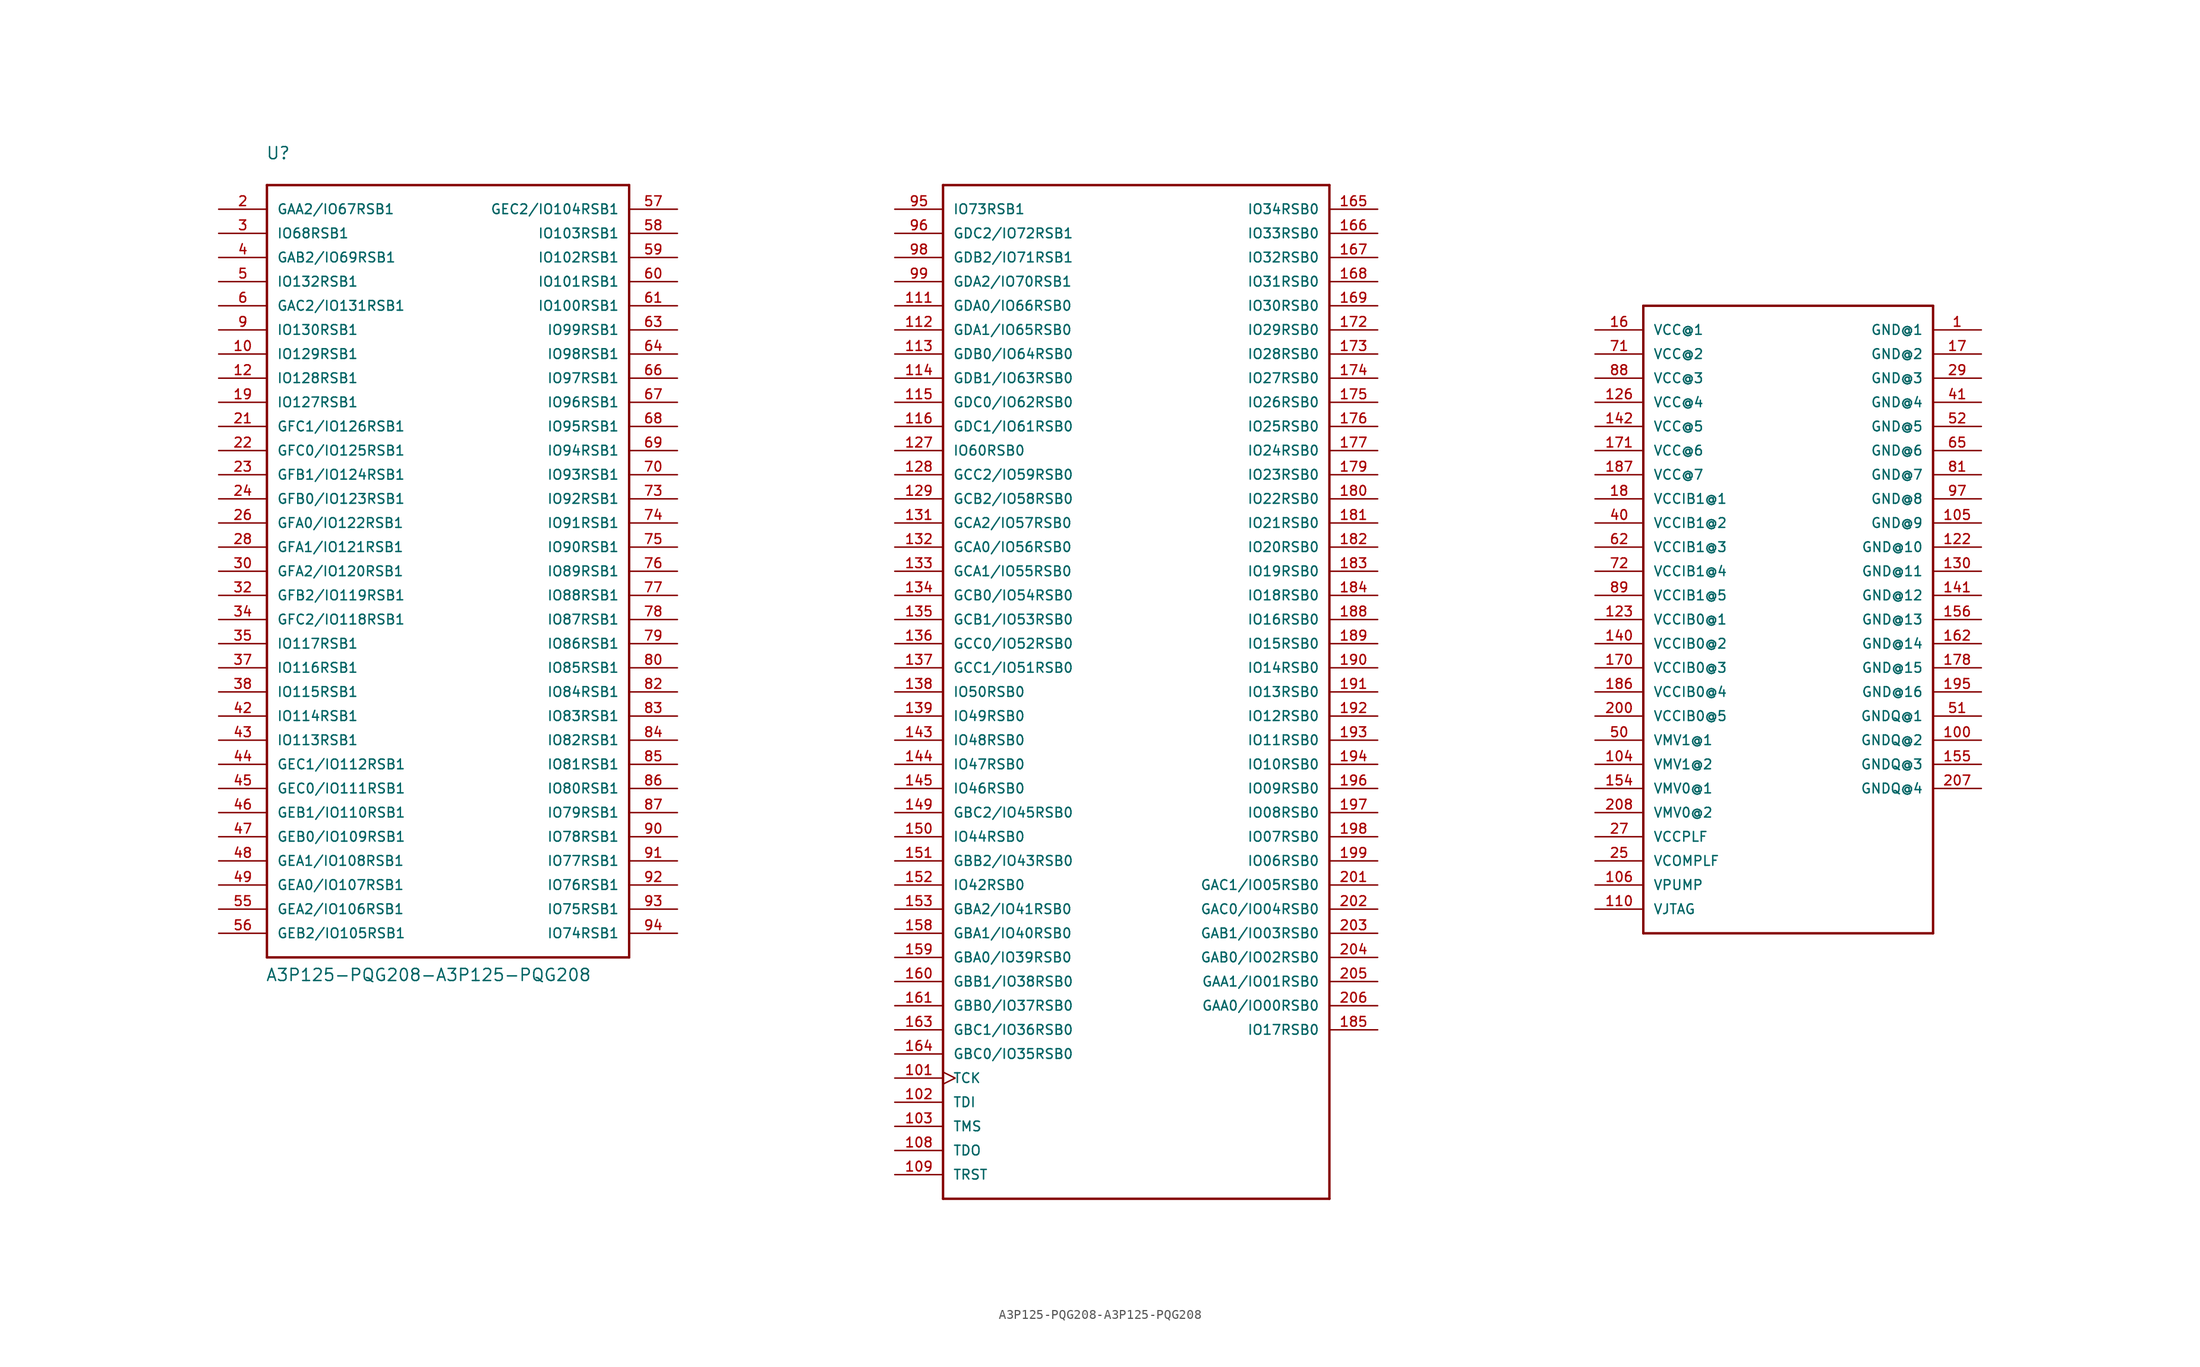
<source format=kicad_sym>
(kicad_symbol_lib
  (version 20220914)
  (generator kicad_symbol_editor)
  (symbol "A3P125-PQG208-A3P125-PQG208"
    (pin_names
      (offset 1.016))
    (property "Reference" "U"
      (at -91.567 53.416 0)
      (effects (font (size 1.27 1.27)) (justify left bottom)))
    (property "Value" "A3P125-PQG208-A3P125-PQG208"
      (at -91.592 -33.071 0)
      (effects (font (size 1.27 1.27)) (justify left bottom)))
    (property "ki_locked" ""
      (at 0 0 0)
      (effects (font (size 1.27 1.27))))
    (symbol "A3P125-PQG208-A3P125-PQG208_0_0"
      (polyline (pts (xy -91.44 -30.48) (xy -91.44 50.8)) (stroke (width 0.254) (type solid)) (fill (type none)))
      (polyline (pts (xy -91.44 50.8) (xy -53.34 50.8)) (stroke (width 0.254) (type solid)) (fill (type none)))
      (polyline (pts (xy -53.34 -30.48) (xy -91.44 -30.48)) (stroke (width 0.254) (type solid)) (fill (type none)))
      (polyline (pts (xy -53.34 50.8) (xy -53.34 -30.48)) (stroke (width 0.254) (type solid)) (fill (type none)))
      (polyline (pts (xy -20.32 -55.88) (xy -20.32 50.8)) (stroke (width 0.254) (type solid)) (fill (type none)))
      (polyline (pts (xy -20.32 50.8) (xy 20.32 50.8)) (stroke (width 0.254) (type solid)) (fill (type none)))
      (polyline (pts (xy 20.32 -55.88) (xy -20.32 -55.88)) (stroke (width 0.254) (type solid)) (fill (type none)))
      (polyline (pts (xy 20.32 50.8) (xy 20.32 -55.88)) (stroke (width 0.254) (type solid)) (fill (type none)))
      (polyline (pts (xy 53.34 -27.94) (xy 53.34 38.1)) (stroke (width 0.254) (type solid)) (fill (type none)))
      (polyline (pts (xy 53.34 38.1) (xy 83.82 38.1)) (stroke (width 0.254) (type solid)) (fill (type none)))
      (polyline (pts (xy 83.82 -27.94) (xy 53.34 -27.94)) (stroke (width 0.254) (type solid)) (fill (type none)))
      (polyline (pts (xy 83.82 38.1) (xy 83.82 -27.94)) (stroke (width 0.254) (type solid)) (fill (type none)))
      (pin power_in line (at 88.9 35.56 180) (length 5.08) (name "GND@1" (effects (font (size 1.016 1.016)))) (number "1" (effects (font (size 1.016 1.016)))))
      (pin bidirectional line (at -96.52 33.02 0) (length 5.08) (name "IO129RSB1" (effects (font (size 1.016 1.016)))) (number "10" (effects (font (size 1.016 1.016)))))
      (pin power_in line (at 88.9 -7.62 180) (length 5.08) (name "GNDQ@2" (effects (font (size 1.016 1.016)))) (number "100" (effects (font (size 1.016 1.016)))))
      (pin bidirectional clock (at -25.4 -43.18 0) (length 5.08) (name "TCK" (effects (font (size 1.016 1.016)))) (number "101" (effects (font (size 1.016 1.016)))))
      (pin input line (at -25.4 -45.72 0) (length 5.08) (name "TDI" (effects (font (size 1.016 1.016)))) (number "102" (effects (font (size 1.016 1.016)))))
      (pin bidirectional line (at -25.4 -48.26 0) (length 5.08) (name "TMS" (effects (font (size 1.016 1.016)))) (number "103" (effects (font (size 1.016 1.016)))))
      (pin power_in line (at 48.26 -10.16 0) (length 5.08) (name "VMV1@2" (effects (font (size 1.016 1.016)))) (number "104" (effects (font (size 1.016 1.016)))))
      (pin power_in line (at 88.9 15.24 180) (length 5.08) (name "GND@9" (effects (font (size 1.016 1.016)))) (number "105" (effects (font (size 1.016 1.016)))))
      (pin power_in line (at 48.26 -22.86 0) (length 5.08) (name "VPUMP" (effects (font (size 1.016 1.016)))) (number "106" (effects (font (size 1.016 1.016)))))
      (pin output line (at -25.4 -50.8 0) (length 5.08) (name "TDO" (effects (font (size 1.016 1.016)))) (number "108" (effects (font (size 1.016 1.016)))))
      (pin input line (at -25.4 -53.34 0) (length 5.08) (name "TRST" (effects (font (size 1.016 1.016)))) (number "109" (effects (font (size 1.016 1.016)))))
      (pin power_in line (at 48.26 -25.4 0) (length 5.08) (name "VJTAG" (effects (font (size 1.016 1.016)))) (number "110" (effects (font (size 1.016 1.016)))))
      (pin bidirectional line (at -25.4 38.1 0) (length 5.08) (name "GDA0/IO66RSB0" (effects (font (size 1.016 1.016)))) (number "111" (effects (font (size 1.016 1.016)))))
      (pin bidirectional line (at -25.4 35.56 0) (length 5.08) (name "GDA1/IO65RSB0" (effects (font (size 1.016 1.016)))) (number "112" (effects (font (size 1.016 1.016)))))
      (pin bidirectional line (at -25.4 33.02 0) (length 5.08) (name "GDB0/IO64RSB0" (effects (font (size 1.016 1.016)))) (number "113" (effects (font (size 1.016 1.016)))))
      (pin bidirectional line (at -25.4 30.48 0) (length 5.08) (name "GDB1/IO63RSB0" (effects (font (size 1.016 1.016)))) (number "114" (effects (font (size 1.016 1.016)))))
      (pin bidirectional line (at -25.4 27.94 0) (length 5.08) (name "GDC0/IO62RSB0" (effects (font (size 1.016 1.016)))) (number "115" (effects (font (size 1.016 1.016)))))
      (pin bidirectional line (at -25.4 25.4 0) (length 5.08) (name "GDC1/IO61RSB0" (effects (font (size 1.016 1.016)))) (number "116" (effects (font (size 1.016 1.016)))))
      (pin bidirectional line (at -96.52 30.48 0) (length 5.08) (name "IO128RSB1" (effects (font (size 1.016 1.016)))) (number "12" (effects (font (size 1.016 1.016)))))
      (pin power_in line (at 88.9 12.7 180) (length 5.08) (name "GND@10" (effects (font (size 1.016 1.016)))) (number "122" (effects (font (size 1.016 1.016)))))
      (pin power_in line (at 48.26 5.08 0) (length 5.08) (name "VCCIB0@1" (effects (font (size 1.016 1.016)))) (number "123" (effects (font (size 1.016 1.016)))))
      (pin power_in line (at 48.26 27.94 0) (length 5.08) (name "VCC@4" (effects (font (size 1.016 1.016)))) (number "126" (effects (font (size 1.016 1.016)))))
      (pin bidirectional line (at -25.4 22.86 0) (length 5.08) (name "IO60RSB0" (effects (font (size 1.016 1.016)))) (number "127" (effects (font (size 1.016 1.016)))))
      (pin bidirectional line (at -25.4 20.32 0) (length 5.08) (name "GCC2/IO59RSB0" (effects (font (size 1.016 1.016)))) (number "128" (effects (font (size 1.016 1.016)))))
      (pin bidirectional line (at -25.4 17.78 0) (length 5.08) (name "GCB2/IO58RSB0" (effects (font (size 1.016 1.016)))) (number "129" (effects (font (size 1.016 1.016)))))
      (pin power_in line (at 88.9 10.16 180) (length 5.08) (name "GND@11" (effects (font (size 1.016 1.016)))) (number "130" (effects (font (size 1.016 1.016)))))
      (pin bidirectional line (at -25.4 15.24 0) (length 5.08) (name "GCA2/IO57RSB0" (effects (font (size 1.016 1.016)))) (number "131" (effects (font (size 1.016 1.016)))))
      (pin bidirectional line (at -25.4 12.7 0) (length 5.08) (name "GCA0/IO56RSB0" (effects (font (size 1.016 1.016)))) (number "132" (effects (font (size 1.016 1.016)))))
      (pin bidirectional line (at -25.4 10.16 0) (length 5.08) (name "GCA1/IO55RSB0" (effects (font (size 1.016 1.016)))) (number "133" (effects (font (size 1.016 1.016)))))
      (pin bidirectional line (at -25.4 7.62 0) (length 5.08) (name "GCB0/IO54RSB0" (effects (font (size 1.016 1.016)))) (number "134" (effects (font (size 1.016 1.016)))))
      (pin bidirectional line (at -25.4 5.08 0) (length 5.08) (name "GCB1/IO53RSB0" (effects (font (size 1.016 1.016)))) (number "135" (effects (font (size 1.016 1.016)))))
      (pin bidirectional line (at -25.4 2.54 0) (length 5.08) (name "GCC0/IO52RSB0" (effects (font (size 1.016 1.016)))) (number "136" (effects (font (size 1.016 1.016)))))
      (pin bidirectional line (at -25.4 0 0) (length 5.08) (name "GCC1/IO51RSB0" (effects (font (size 1.016 1.016)))) (number "137" (effects (font (size 1.016 1.016)))))
      (pin bidirectional line (at -25.4 -2.54 0) (length 5.08) (name "IO50RSB0" (effects (font (size 1.016 1.016)))) (number "138" (effects (font (size 1.016 1.016)))))
      (pin bidirectional line (at -25.4 -5.08 0) (length 5.08) (name "IO49RSB0" (effects (font (size 1.016 1.016)))) (number "139" (effects (font (size 1.016 1.016)))))
      (pin power_in line (at 48.26 2.54 0) (length 5.08) (name "VCCIB0@2" (effects (font (size 1.016 1.016)))) (number "140" (effects (font (size 1.016 1.016)))))
      (pin power_in line (at 88.9 7.62 180) (length 5.08) (name "GND@12" (effects (font (size 1.016 1.016)))) (number "141" (effects (font (size 1.016 1.016)))))
      (pin power_in line (at 48.26 25.4 0) (length 5.08) (name "VCC@5" (effects (font (size 1.016 1.016)))) (number "142" (effects (font (size 1.016 1.016)))))
      (pin bidirectional line (at -25.4 -7.62 0) (length 5.08) (name "IO48RSB0" (effects (font (size 1.016 1.016)))) (number "143" (effects (font (size 1.016 1.016)))))
      (pin bidirectional line (at -25.4 -10.16 0) (length 5.08) (name "IO47RSB0" (effects (font (size 1.016 1.016)))) (number "144" (effects (font (size 1.016 1.016)))))
      (pin bidirectional line (at -25.4 -12.7 0) (length 5.08) (name "IO46RSB0" (effects (font (size 1.016 1.016)))) (number "145" (effects (font (size 1.016 1.016)))))
      (pin bidirectional line (at -25.4 -15.24 0) (length 5.08) (name "GBC2/IO45RSB0" (effects (font (size 1.016 1.016)))) (number "149" (effects (font (size 1.016 1.016)))))
      (pin bidirectional line (at -25.4 -17.78 0) (length 5.08) (name "IO44RSB0" (effects (font (size 1.016 1.016)))) (number "150" (effects (font (size 1.016 1.016)))))
      (pin bidirectional line (at -25.4 -20.32 0) (length 5.08) (name "GBB2/IO43RSB0" (effects (font (size 1.016 1.016)))) (number "151" (effects (font (size 1.016 1.016)))))
      (pin bidirectional line (at -25.4 -22.86 0) (length 5.08) (name "IO42RSB0" (effects (font (size 1.016 1.016)))) (number "152" (effects (font (size 1.016 1.016)))))
      (pin bidirectional line (at -25.4 -25.4 0) (length 5.08) (name "GBA2/IO41RSB0" (effects (font (size 1.016 1.016)))) (number "153" (effects (font (size 1.016 1.016)))))
      (pin power_in line (at 48.26 -12.7 0) (length 5.08) (name "VMV0@1" (effects (font (size 1.016 1.016)))) (number "154" (effects (font (size 1.016 1.016)))))
      (pin power_in line (at 88.9 -10.16 180) (length 5.08) (name "GNDQ@3" (effects (font (size 1.016 1.016)))) (number "155" (effects (font (size 1.016 1.016)))))
      (pin power_in line (at 88.9 5.08 180) (length 5.08) (name "GND@13" (effects (font (size 1.016 1.016)))) (number "156" (effects (font (size 1.016 1.016)))))
      (pin bidirectional line (at -25.4 -27.94 0) (length 5.08) (name "GBA1/IO40RSB0" (effects (font (size 1.016 1.016)))) (number "158" (effects (font (size 1.016 1.016)))))
      (pin bidirectional line (at -25.4 -30.48 0) (length 5.08) (name "GBA0/IO39RSB0" (effects (font (size 1.016 1.016)))) (number "159" (effects (font (size 1.016 1.016)))))
      (pin power_in line (at 48.26 35.56 0) (length 5.08) (name "VCC@1" (effects (font (size 1.016 1.016)))) (number "16" (effects (font (size 1.016 1.016)))))
      (pin bidirectional line (at -25.4 -33.02 0) (length 5.08) (name "GBB1/IO38RSB0" (effects (font (size 1.016 1.016)))) (number "160" (effects (font (size 1.016 1.016)))))
      (pin bidirectional line (at -25.4 -35.56 0) (length 5.08) (name "GBB0/IO37RSB0" (effects (font (size 1.016 1.016)))) (number "161" (effects (font (size 1.016 1.016)))))
      (pin power_in line (at 88.9 2.54 180) (length 5.08) (name "GND@14" (effects (font (size 1.016 1.016)))) (number "162" (effects (font (size 1.016 1.016)))))
      (pin bidirectional line (at -25.4 -38.1 0) (length 5.08) (name "GBC1/IO36RSB0" (effects (font (size 1.016 1.016)))) (number "163" (effects (font (size 1.016 1.016)))))
      (pin bidirectional line (at -25.4 -40.64 0) (length 5.08) (name "GBC0/IO35RSB0" (effects (font (size 1.016 1.016)))) (number "164" (effects (font (size 1.016 1.016)))))
      (pin bidirectional line (at 25.4 48.26 180) (length 5.08) (name "IO34RSB0" (effects (font (size 1.016 1.016)))) (number "165" (effects (font (size 1.016 1.016)))))
      (pin bidirectional line (at 25.4 45.72 180) (length 5.08) (name "IO33RSB0" (effects (font (size 1.016 1.016)))) (number "166" (effects (font (size 1.016 1.016)))))
      (pin bidirectional line (at 25.4 43.18 180) (length 5.08) (name "IO32RSB0" (effects (font (size 1.016 1.016)))) (number "167" (effects (font (size 1.016 1.016)))))
      (pin bidirectional line (at 25.4 40.64 180) (length 5.08) (name "IO31RSB0" (effects (font (size 1.016 1.016)))) (number "168" (effects (font (size 1.016 1.016)))))
      (pin bidirectional line (at 25.4 38.1 180) (length 5.08) (name "IO30RSB0" (effects (font (size 1.016 1.016)))) (number "169" (effects (font (size 1.016 1.016)))))
      (pin power_in line (at 88.9 33.02 180) (length 5.08) (name "GND@2" (effects (font (size 1.016 1.016)))) (number "17" (effects (font (size 1.016 1.016)))))
      (pin power_in line (at 48.26 0 0) (length 5.08) (name "VCCIB0@3" (effects (font (size 1.016 1.016)))) (number "170" (effects (font (size 1.016 1.016)))))
      (pin power_in line (at 48.26 22.86 0) (length 5.08) (name "VCC@6" (effects (font (size 1.016 1.016)))) (number "171" (effects (font (size 1.016 1.016)))))
      (pin bidirectional line (at 25.4 35.56 180) (length 5.08) (name "IO29RSB0" (effects (font (size 1.016 1.016)))) (number "172" (effects (font (size 1.016 1.016)))))
      (pin bidirectional line (at 25.4 33.02 180) (length 5.08) (name "IO28RSB0" (effects (font (size 1.016 1.016)))) (number "173" (effects (font (size 1.016 1.016)))))
      (pin bidirectional line (at 25.4 30.48 180) (length 5.08) (name "IO27RSB0" (effects (font (size 1.016 1.016)))) (number "174" (effects (font (size 1.016 1.016)))))
      (pin bidirectional line (at 25.4 27.94 180) (length 5.08) (name "IO26RSB0" (effects (font (size 1.016 1.016)))) (number "175" (effects (font (size 1.016 1.016)))))
      (pin bidirectional line (at 25.4 25.4 180) (length 5.08) (name "IO25RSB0" (effects (font (size 1.016 1.016)))) (number "176" (effects (font (size 1.016 1.016)))))
      (pin bidirectional line (at 25.4 22.86 180) (length 5.08) (name "IO24RSB0" (effects (font (size 1.016 1.016)))) (number "177" (effects (font (size 1.016 1.016)))))
      (pin power_in line (at 88.9 0 180) (length 5.08) (name "GND@15" (effects (font (size 1.016 1.016)))) (number "178" (effects (font (size 1.016 1.016)))))
      (pin bidirectional line (at 25.4 20.32 180) (length 5.08) (name "IO23RSB0" (effects (font (size 1.016 1.016)))) (number "179" (effects (font (size 1.016 1.016)))))
      (pin power_in line (at 48.26 17.78 0) (length 5.08) (name "VCCIB1@1" (effects (font (size 1.016 1.016)))) (number "18" (effects (font (size 1.016 1.016)))))
      (pin bidirectional line (at 25.4 17.78 180) (length 5.08) (name "IO22RSB0" (effects (font (size 1.016 1.016)))) (number "180" (effects (font (size 1.016 1.016)))))
      (pin bidirectional line (at 25.4 15.24 180) (length 5.08) (name "IO21RSB0" (effects (font (size 1.016 1.016)))) (number "181" (effects (font (size 1.016 1.016)))))
      (pin bidirectional line (at 25.4 12.7 180) (length 5.08) (name "IO20RSB0" (effects (font (size 1.016 1.016)))) (number "182" (effects (font (size 1.016 1.016)))))
      (pin bidirectional line (at 25.4 10.16 180) (length 5.08) (name "IO19RSB0" (effects (font (size 1.016 1.016)))) (number "183" (effects (font (size 1.016 1.016)))))
      (pin bidirectional line (at 25.4 7.62 180) (length 5.08) (name "IO18RSB0" (effects (font (size 1.016 1.016)))) (number "184" (effects (font (size 1.016 1.016)))))
      (pin bidirectional line (at 25.4 -38.1 180) (length 5.08) (name "IO17RSB0" (effects (font (size 1.016 1.016)))) (number "185" (effects (font (size 1.016 1.016)))))
      (pin power_in line (at 48.26 -2.54 0) (length 5.08) (name "VCCIB0@4" (effects (font (size 1.016 1.016)))) (number "186" (effects (font (size 1.016 1.016)))))
      (pin power_in line (at 48.26 20.32 0) (length 5.08) (name "VCC@7" (effects (font (size 1.016 1.016)))) (number "187" (effects (font (size 1.016 1.016)))))
      (pin bidirectional line (at 25.4 5.08 180) (length 5.08) (name "IO16RSB0" (effects (font (size 1.016 1.016)))) (number "188" (effects (font (size 1.016 1.016)))))
      (pin bidirectional line (at 25.4 2.54 180) (length 5.08) (name "IO15RSB0" (effects (font (size 1.016 1.016)))) (number "189" (effects (font (size 1.016 1.016)))))
      (pin bidirectional line (at -96.52 27.94 0) (length 5.08) (name "IO127RSB1" (effects (font (size 1.016 1.016)))) (number "19" (effects (font (size 1.016 1.016)))))
      (pin bidirectional line (at 25.4 0 180) (length 5.08) (name "IO14RSB0" (effects (font (size 1.016 1.016)))) (number "190" (effects (font (size 1.016 1.016)))))
      (pin bidirectional line (at 25.4 -2.54 180) (length 5.08) (name "IO13RSB0" (effects (font (size 1.016 1.016)))) (number "191" (effects (font (size 1.016 1.016)))))
      (pin bidirectional line (at 25.4 -5.08 180) (length 5.08) (name "IO12RSB0" (effects (font (size 1.016 1.016)))) (number "192" (effects (font (size 1.016 1.016)))))
      (pin bidirectional line (at 25.4 -7.62 180) (length 5.08) (name "IO11RSB0" (effects (font (size 1.016 1.016)))) (number "193" (effects (font (size 1.016 1.016)))))
      (pin bidirectional line (at 25.4 -10.16 180) (length 5.08) (name "IO10RSB0" (effects (font (size 1.016 1.016)))) (number "194" (effects (font (size 1.016 1.016)))))
      (pin power_in line (at 88.9 -2.54 180) (length 5.08) (name "GND@16" (effects (font (size 1.016 1.016)))) (number "195" (effects (font (size 1.016 1.016)))))
      (pin bidirectional line (at 25.4 -12.7 180) (length 5.08) (name "IO09RSB0" (effects (font (size 1.016 1.016)))) (number "196" (effects (font (size 1.016 1.016)))))
      (pin bidirectional line (at 25.4 -15.24 180) (length 5.08) (name "IO08RSB0" (effects (font (size 1.016 1.016)))) (number "197" (effects (font (size 1.016 1.016)))))
      (pin bidirectional line (at 25.4 -17.78 180) (length 5.08) (name "IO07RSB0" (effects (font (size 1.016 1.016)))) (number "198" (effects (font (size 1.016 1.016)))))
      (pin bidirectional line (at 25.4 -20.32 180) (length 5.08) (name "IO06RSB0" (effects (font (size 1.016 1.016)))) (number "199" (effects (font (size 1.016 1.016)))))
      (pin bidirectional line (at -96.52 48.26 0) (length 5.08) (name "GAA2/IO67RSB1" (effects (font (size 1.016 1.016)))) (number "2" (effects (font (size 1.016 1.016)))))
      (pin power_in line (at 48.26 -5.08 0) (length 5.08) (name "VCCIB0@5" (effects (font (size 1.016 1.016)))) (number "200" (effects (font (size 1.016 1.016)))))
      (pin bidirectional line (at 25.4 -22.86 180) (length 5.08) (name "GAC1/IO05RSB0" (effects (font (size 1.016 1.016)))) (number "201" (effects (font (size 1.016 1.016)))))
      (pin bidirectional line (at 25.4 -25.4 180) (length 5.08) (name "GAC0/IO04RSB0" (effects (font (size 1.016 1.016)))) (number "202" (effects (font (size 1.016 1.016)))))
      (pin bidirectional line (at 25.4 -27.94 180) (length 5.08) (name "GAB1/IO03RSB0" (effects (font (size 1.016 1.016)))) (number "203" (effects (font (size 1.016 1.016)))))
      (pin bidirectional line (at 25.4 -30.48 180) (length 5.08) (name "GAB0/IO02RSB0" (effects (font (size 1.016 1.016)))) (number "204" (effects (font (size 1.016 1.016)))))
      (pin bidirectional line (at 25.4 -33.02 180) (length 5.08) (name "GAA1/IO01RSB0" (effects (font (size 1.016 1.016)))) (number "205" (effects (font (size 1.016 1.016)))))
      (pin bidirectional line (at 25.4 -35.56 180) (length 5.08) (name "GAA0/IO00RSB0" (effects (font (size 1.016 1.016)))) (number "206" (effects (font (size 1.016 1.016)))))
      (pin power_in line (at 88.9 -12.7 180) (length 5.08) (name "GNDQ@4" (effects (font (size 1.016 1.016)))) (number "207" (effects (font (size 1.016 1.016)))))
      (pin power_in line (at 48.26 -15.24 0) (length 5.08) (name "VMV0@2" (effects (font (size 1.016 1.016)))) (number "208" (effects (font (size 1.016 1.016)))))
      (pin bidirectional line (at -96.52 25.4 0) (length 5.08) (name "GFC1/IO126RSB1" (effects (font (size 1.016 1.016)))) (number "21" (effects (font (size 1.016 1.016)))))
      (pin bidirectional line (at -96.52 22.86 0) (length 5.08) (name "GFC0/IO125RSB1" (effects (font (size 1.016 1.016)))) (number "22" (effects (font (size 1.016 1.016)))))
      (pin bidirectional line (at -96.52 20.32 0) (length 5.08) (name "GFB1/IO124RSB1" (effects (font (size 1.016 1.016)))) (number "23" (effects (font (size 1.016 1.016)))))
      (pin bidirectional line (at -96.52 17.78 0) (length 5.08) (name "GFB0/IO123RSB1" (effects (font (size 1.016 1.016)))) (number "24" (effects (font (size 1.016 1.016)))))
      (pin power_in line (at 48.26 -20.32 0) (length 5.08) (name "VCOMPLF" (effects (font (size 1.016 1.016)))) (number "25" (effects (font (size 1.016 1.016)))))
      (pin bidirectional line (at -96.52 15.24 0) (length 5.08) (name "GFA0/IO122RSB1" (effects (font (size 1.016 1.016)))) (number "26" (effects (font (size 1.016 1.016)))))
      (pin power_in line (at 48.26 -17.78 0) (length 5.08) (name "VCCPLF" (effects (font (size 1.016 1.016)))) (number "27" (effects (font (size 1.016 1.016)))))
      (pin bidirectional line (at -96.52 12.7 0) (length 5.08) (name "GFA1/IO121RSB1" (effects (font (size 1.016 1.016)))) (number "28" (effects (font (size 1.016 1.016)))))
      (pin power_in line (at 88.9 30.48 180) (length 5.08) (name "GND@3" (effects (font (size 1.016 1.016)))) (number "29" (effects (font (size 1.016 1.016)))))
      (pin bidirectional line (at -96.52 45.72 0) (length 5.08) (name "IO68RSB1" (effects (font (size 1.016 1.016)))) (number "3" (effects (font (size 1.016 1.016)))))
      (pin bidirectional line (at -96.52 10.16 0) (length 5.08) (name "GFA2/IO120RSB1" (effects (font (size 1.016 1.016)))) (number "30" (effects (font (size 1.016 1.016)))))
      (pin bidirectional line (at -96.52 7.62 0) (length 5.08) (name "GFB2/IO119RSB1" (effects (font (size 1.016 1.016)))) (number "32" (effects (font (size 1.016 1.016)))))
      (pin bidirectional line (at -96.52 5.08 0) (length 5.08) (name "GFC2/IO118RSB1" (effects (font (size 1.016 1.016)))) (number "34" (effects (font (size 1.016 1.016)))))
      (pin bidirectional line (at -96.52 2.54 0) (length 5.08) (name "IO117RSB1" (effects (font (size 1.016 1.016)))) (number "35" (effects (font (size 1.016 1.016)))))
      (pin bidirectional line (at -96.52 0 0) (length 5.08) (name "IO116RSB1" (effects (font (size 1.016 1.016)))) (number "37" (effects (font (size 1.016 1.016)))))
      (pin bidirectional line (at -96.52 -2.54 0) (length 5.08) (name "IO115RSB1" (effects (font (size 1.016 1.016)))) (number "38" (effects (font (size 1.016 1.016)))))
      (pin bidirectional line (at -96.52 43.18 0) (length 5.08) (name "GAB2/IO69RSB1" (effects (font (size 1.016 1.016)))) (number "4" (effects (font (size 1.016 1.016)))))
      (pin power_in line (at 48.26 15.24 0) (length 5.08) (name "VCCIB1@2" (effects (font (size 1.016 1.016)))) (number "40" (effects (font (size 1.016 1.016)))))
      (pin power_in line (at 88.9 27.94 180) (length 5.08) (name "GND@4" (effects (font (size 1.016 1.016)))) (number "41" (effects (font (size 1.016 1.016)))))
      (pin bidirectional line (at -96.52 -5.08 0) (length 5.08) (name "IO114RSB1" (effects (font (size 1.016 1.016)))) (number "42" (effects (font (size 1.016 1.016)))))
      (pin bidirectional line (at -96.52 -7.62 0) (length 5.08) (name "IO113RSB1" (effects (font (size 1.016 1.016)))) (number "43" (effects (font (size 1.016 1.016)))))
      (pin bidirectional line (at -96.52 -10.16 0) (length 5.08) (name "GEC1/IO112RSB1" (effects (font (size 1.016 1.016)))) (number "44" (effects (font (size 1.016 1.016)))))
      (pin bidirectional line (at -96.52 -12.7 0) (length 5.08) (name "GEC0/IO111RSB1" (effects (font (size 1.016 1.016)))) (number "45" (effects (font (size 1.016 1.016)))))
      (pin bidirectional line (at -96.52 -15.24 0) (length 5.08) (name "GEB1/IO110RSB1" (effects (font (size 1.016 1.016)))) (number "46" (effects (font (size 1.016 1.016)))))
      (pin bidirectional line (at -96.52 -17.78 0) (length 5.08) (name "GEB0/IO109RSB1" (effects (font (size 1.016 1.016)))) (number "47" (effects (font (size 1.016 1.016)))))
      (pin bidirectional line (at -96.52 -20.32 0) (length 5.08) (name "GEA1/IO108RSB1" (effects (font (size 1.016 1.016)))) (number "48" (effects (font (size 1.016 1.016)))))
      (pin bidirectional line (at -96.52 -22.86 0) (length 5.08) (name "GEA0/IO107RSB1" (effects (font (size 1.016 1.016)))) (number "49" (effects (font (size 1.016 1.016)))))
      (pin bidirectional line (at -96.52 40.64 0) (length 5.08) (name "IO132RSB1" (effects (font (size 1.016 1.016)))) (number "5" (effects (font (size 1.016 1.016)))))
      (pin power_in line (at 48.26 -7.62 0) (length 5.08) (name "VMV1@1" (effects (font (size 1.016 1.016)))) (number "50" (effects (font (size 1.016 1.016)))))
      (pin power_in line (at 88.9 -5.08 180) (length 5.08) (name "GNDQ@1" (effects (font (size 1.016 1.016)))) (number "51" (effects (font (size 1.016 1.016)))))
      (pin power_in line (at 88.9 25.4 180) (length 5.08) (name "GND@5" (effects (font (size 1.016 1.016)))) (number "52" (effects (font (size 1.016 1.016)))))
      (pin bidirectional line (at -96.52 -25.4 0) (length 5.08) (name "GEA2/IO106RSB1" (effects (font (size 1.016 1.016)))) (number "55" (effects (font (size 1.016 1.016)))))
      (pin bidirectional line (at -96.52 -27.94 0) (length 5.08) (name "GEB2/IO105RSB1" (effects (font (size 1.016 1.016)))) (number "56" (effects (font (size 1.016 1.016)))))
      (pin bidirectional line (at -48.26 48.26 180) (length 5.08) (name "GEC2/IO104RSB1" (effects (font (size 1.016 1.016)))) (number "57" (effects (font (size 1.016 1.016)))))
      (pin bidirectional line (at -48.26 45.72 180) (length 5.08) (name "IO103RSB1" (effects (font (size 1.016 1.016)))) (number "58" (effects (font (size 1.016 1.016)))))
      (pin bidirectional line (at -48.26 43.18 180) (length 5.08) (name "IO102RSB1" (effects (font (size 1.016 1.016)))) (number "59" (effects (font (size 1.016 1.016)))))
      (pin bidirectional line (at -96.52 38.1 0) (length 5.08) (name "GAC2/IO131RSB1" (effects (font (size 1.016 1.016)))) (number "6" (effects (font (size 1.016 1.016)))))
      (pin bidirectional line (at -48.26 40.64 180) (length 5.08) (name "IO101RSB1" (effects (font (size 1.016 1.016)))) (number "60" (effects (font (size 1.016 1.016)))))
      (pin bidirectional line (at -48.26 38.1 180) (length 5.08) (name "IO100RSB1" (effects (font (size 1.016 1.016)))) (number "61" (effects (font (size 1.016 1.016)))))
      (pin power_in line (at 48.26 12.7 0) (length 5.08) (name "VCCIB1@3" (effects (font (size 1.016 1.016)))) (number "62" (effects (font (size 1.016 1.016)))))
      (pin bidirectional line (at -48.26 35.56 180) (length 5.08) (name "IO99RSB1" (effects (font (size 1.016 1.016)))) (number "63" (effects (font (size 1.016 1.016)))))
      (pin bidirectional line (at -48.26 33.02 180) (length 5.08) (name "IO98RSB1" (effects (font (size 1.016 1.016)))) (number "64" (effects (font (size 1.016 1.016)))))
      (pin power_in line (at 88.9 22.86 180) (length 5.08) (name "GND@6" (effects (font (size 1.016 1.016)))) (number "65" (effects (font (size 1.016 1.016)))))
      (pin bidirectional line (at -48.26 30.48 180) (length 5.08) (name "IO97RSB1" (effects (font (size 1.016 1.016)))) (number "66" (effects (font (size 1.016 1.016)))))
      (pin bidirectional line (at -48.26 27.94 180) (length 5.08) (name "IO96RSB1" (effects (font (size 1.016 1.016)))) (number "67" (effects (font (size 1.016 1.016)))))
      (pin bidirectional line (at -48.26 25.4 180) (length 5.08) (name "IO95RSB1" (effects (font (size 1.016 1.016)))) (number "68" (effects (font (size 1.016 1.016)))))
      (pin bidirectional line (at -48.26 22.86 180) (length 5.08) (name "IO94RSB1" (effects (font (size 1.016 1.016)))) (number "69" (effects (font (size 1.016 1.016)))))
      (pin bidirectional line (at -48.26 20.32 180) (length 5.08) (name "IO93RSB1" (effects (font (size 1.016 1.016)))) (number "70" (effects (font (size 1.016 1.016)))))
      (pin power_in line (at 48.26 33.02 0) (length 5.08) (name "VCC@2" (effects (font (size 1.016 1.016)))) (number "71" (effects (font (size 1.016 1.016)))))
      (pin power_in line (at 48.26 10.16 0) (length 5.08) (name "VCCIB1@4" (effects (font (size 1.016 1.016)))) (number "72" (effects (font (size 1.016 1.016)))))
      (pin bidirectional line (at -48.26 17.78 180) (length 5.08) (name "IO92RSB1" (effects (font (size 1.016 1.016)))) (number "73" (effects (font (size 1.016 1.016)))))
      (pin bidirectional line (at -48.26 15.24 180) (length 5.08) (name "IO91RSB1" (effects (font (size 1.016 1.016)))) (number "74" (effects (font (size 1.016 1.016)))))
      (pin bidirectional line (at -48.26 12.7 180) (length 5.08) (name "IO90RSB1" (effects (font (size 1.016 1.016)))) (number "75" (effects (font (size 1.016 1.016)))))
      (pin bidirectional line (at -48.26 10.16 180) (length 5.08) (name "IO89RSB1" (effects (font (size 1.016 1.016)))) (number "76" (effects (font (size 1.016 1.016)))))
      (pin bidirectional line (at -48.26 7.62 180) (length 5.08) (name "IO88RSB1" (effects (font (size 1.016 1.016)))) (number "77" (effects (font (size 1.016 1.016)))))
      (pin bidirectional line (at -48.26 5.08 180) (length 5.08) (name "IO87RSB1" (effects (font (size 1.016 1.016)))) (number "78" (effects (font (size 1.016 1.016)))))
      (pin bidirectional line (at -48.26 2.54 180) (length 5.08) (name "IO86RSB1" (effects (font (size 1.016 1.016)))) (number "79" (effects (font (size 1.016 1.016)))))
      (pin bidirectional line (at -48.26 0 180) (length 5.08) (name "IO85RSB1" (effects (font (size 1.016 1.016)))) (number "80" (effects (font (size 1.016 1.016)))))
      (pin power_in line (at 88.9 20.32 180) (length 5.08) (name "GND@7" (effects (font (size 1.016 1.016)))) (number "81" (effects (font (size 1.016 1.016)))))
      (pin bidirectional line (at -48.26 -2.54 180) (length 5.08) (name "IO84RSB1" (effects (font (size 1.016 1.016)))) (number "82" (effects (font (size 1.016 1.016)))))
      (pin bidirectional line (at -48.26 -5.08 180) (length 5.08) (name "IO83RSB1" (effects (font (size 1.016 1.016)))) (number "83" (effects (font (size 1.016 1.016)))))
      (pin bidirectional line (at -48.26 -7.62 180) (length 5.08) (name "IO82RSB1" (effects (font (size 1.016 1.016)))) (number "84" (effects (font (size 1.016 1.016)))))
      (pin bidirectional line (at -48.26 -10.16 180) (length 5.08) (name "IO81RSB1" (effects (font (size 1.016 1.016)))) (number "85" (effects (font (size 1.016 1.016)))))
      (pin bidirectional line (at -48.26 -12.7 180) (length 5.08) (name "IO80RSB1" (effects (font (size 1.016 1.016)))) (number "86" (effects (font (size 1.016 1.016)))))
      (pin bidirectional line (at -48.26 -15.24 180) (length 5.08) (name "IO79RSB1" (effects (font (size 1.016 1.016)))) (number "87" (effects (font (size 1.016 1.016)))))
      (pin power_in line (at 48.26 30.48 0) (length 5.08) (name "VCC@3" (effects (font (size 1.016 1.016)))) (number "88" (effects (font (size 1.016 1.016)))))
      (pin power_in line (at 48.26 7.62 0) (length 5.08) (name "VCCIB1@5" (effects (font (size 1.016 1.016)))) (number "89" (effects (font (size 1.016 1.016)))))
      (pin bidirectional line (at -96.52 35.56 0) (length 5.08) (name "IO130RSB1" (effects (font (size 1.016 1.016)))) (number "9" (effects (font (size 1.016 1.016)))))
      (pin bidirectional line (at -48.26 -17.78 180) (length 5.08) (name "IO78RSB1" (effects (font (size 1.016 1.016)))) (number "90" (effects (font (size 1.016 1.016)))))
      (pin bidirectional line (at -48.26 -20.32 180) (length 5.08) (name "IO77RSB1" (effects (font (size 1.016 1.016)))) (number "91" (effects (font (size 1.016 1.016)))))
      (pin bidirectional line (at -48.26 -22.86 180) (length 5.08) (name "IO76RSB1" (effects (font (size 1.016 1.016)))) (number "92" (effects (font (size 1.016 1.016)))))
      (pin bidirectional line (at -48.26 -25.4 180) (length 5.08) (name "IO75RSB1" (effects (font (size 1.016 1.016)))) (number "93" (effects (font (size 1.016 1.016)))))
      (pin bidirectional line (at -48.26 -27.94 180) (length 5.08) (name "IO74RSB1" (effects (font (size 1.016 1.016)))) (number "94" (effects (font (size 1.016 1.016)))))
      (pin bidirectional line (at -25.4 48.26 0) (length 5.08) (name "IO73RSB1" (effects (font (size 1.016 1.016)))) (number "95" (effects (font (size 1.016 1.016)))))
      (pin bidirectional line (at -25.4 45.72 0) (length 5.08) (name "GDC2/IO72RSB1" (effects (font (size 1.016 1.016)))) (number "96" (effects (font (size 1.016 1.016)))))
      (pin power_in line (at 88.9 17.78 180) (length 5.08) (name "GND@8" (effects (font (size 1.016 1.016)))) (number "97" (effects (font (size 1.016 1.016)))))
      (pin bidirectional line (at -25.4 43.18 0) (length 5.08) (name "GDB2/IO71RSB1" (effects (font (size 1.016 1.016)))) (number "98" (effects (font (size 1.016 1.016)))))
      (pin bidirectional line (at -25.4 40.64 0) (length 5.08) (name "GDA2/IO70RSB1" (effects (font (size 1.016 1.016)))) (number "99" (effects (font (size 1.016 1.016))))))))
</source>
